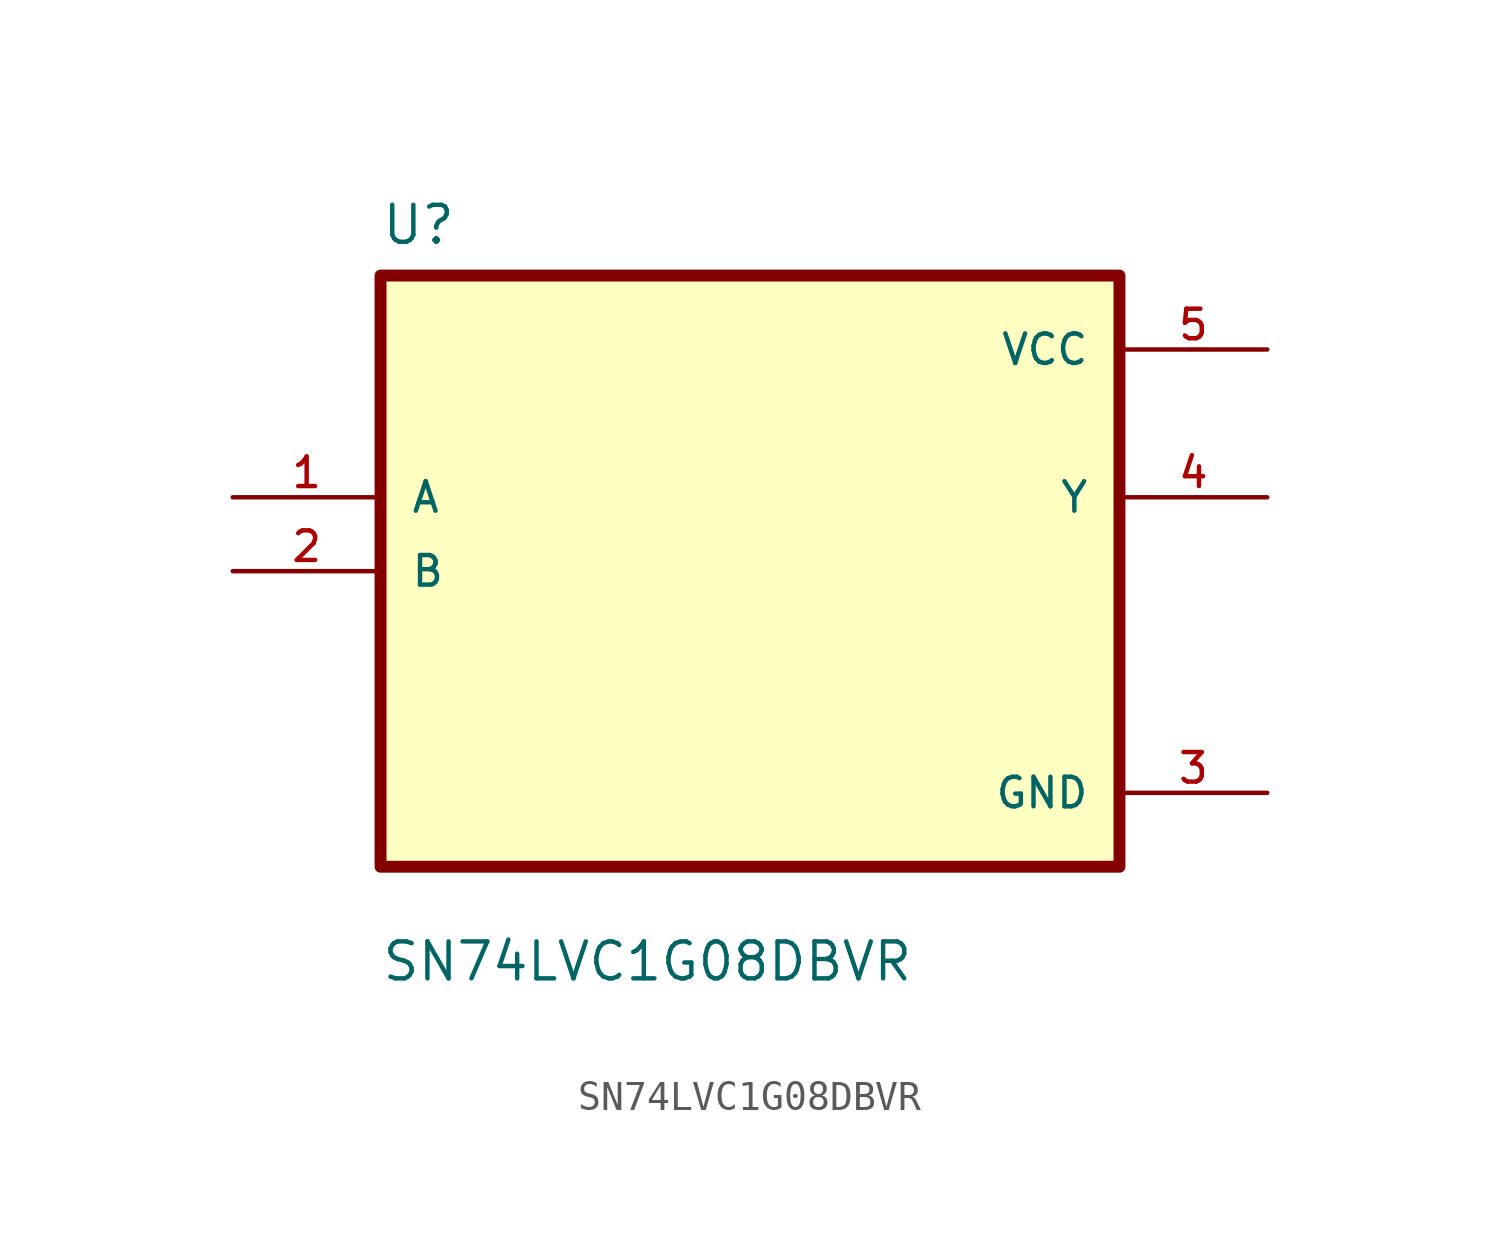
<source format=kicad_sym>
(kicad_symbol_lib
  (version 20211014)
  (generator kicad_symbol_editor)
  (symbol "SN74LVC1G08DBVR"
    (pin_names
      (offset 1.016))
    (property "Reference" "U"
      (at -12.7 11.16 0.0)
      (effects (font (size 1.27 1.27)) (justify bottom left)))
    (property "Value" "SN74LVC1G08DBVR"
      (at -12.7 -14.16 0.0)
      (effects (font (size 1.27 1.27)) (justify bottom left)))
    (symbol "SN74LVC1G08DBVR_0_0"
      (rectangle (start -12.7 -10.16) (end 12.7 10.16) (stroke (width 0.41)) (fill (type background)))
      (pin input line (at -17.78 2.54 0) (length 5.08) (name "A" (effects (font (size 1.016 1.016)))) (number "1" (effects (font (size 1.016 1.016)))))
      (pin input line (at -17.78 0.0 0) (length 5.08) (name "B" (effects (font (size 1.016 1.016)))) (number "2" (effects (font (size 1.016 1.016)))))
      (pin power_in line (at 17.78 7.62 180.0) (length 5.08) (name "VCC" (effects (font (size 1.016 1.016)))) (number "5" (effects (font (size 1.016 1.016)))))
      (pin output line (at 17.78 2.54 180.0) (length 5.08) (name "Y" (effects (font (size 1.016 1.016)))) (number "4" (effects (font (size 1.016 1.016)))))
      (pin power_in line (at 17.78 -7.62 180.0) (length 5.08) (name "GND" (effects (font (size 1.016 1.016)))) (number "3" (effects (font (size 1.016 1.016))))))))
</source>
